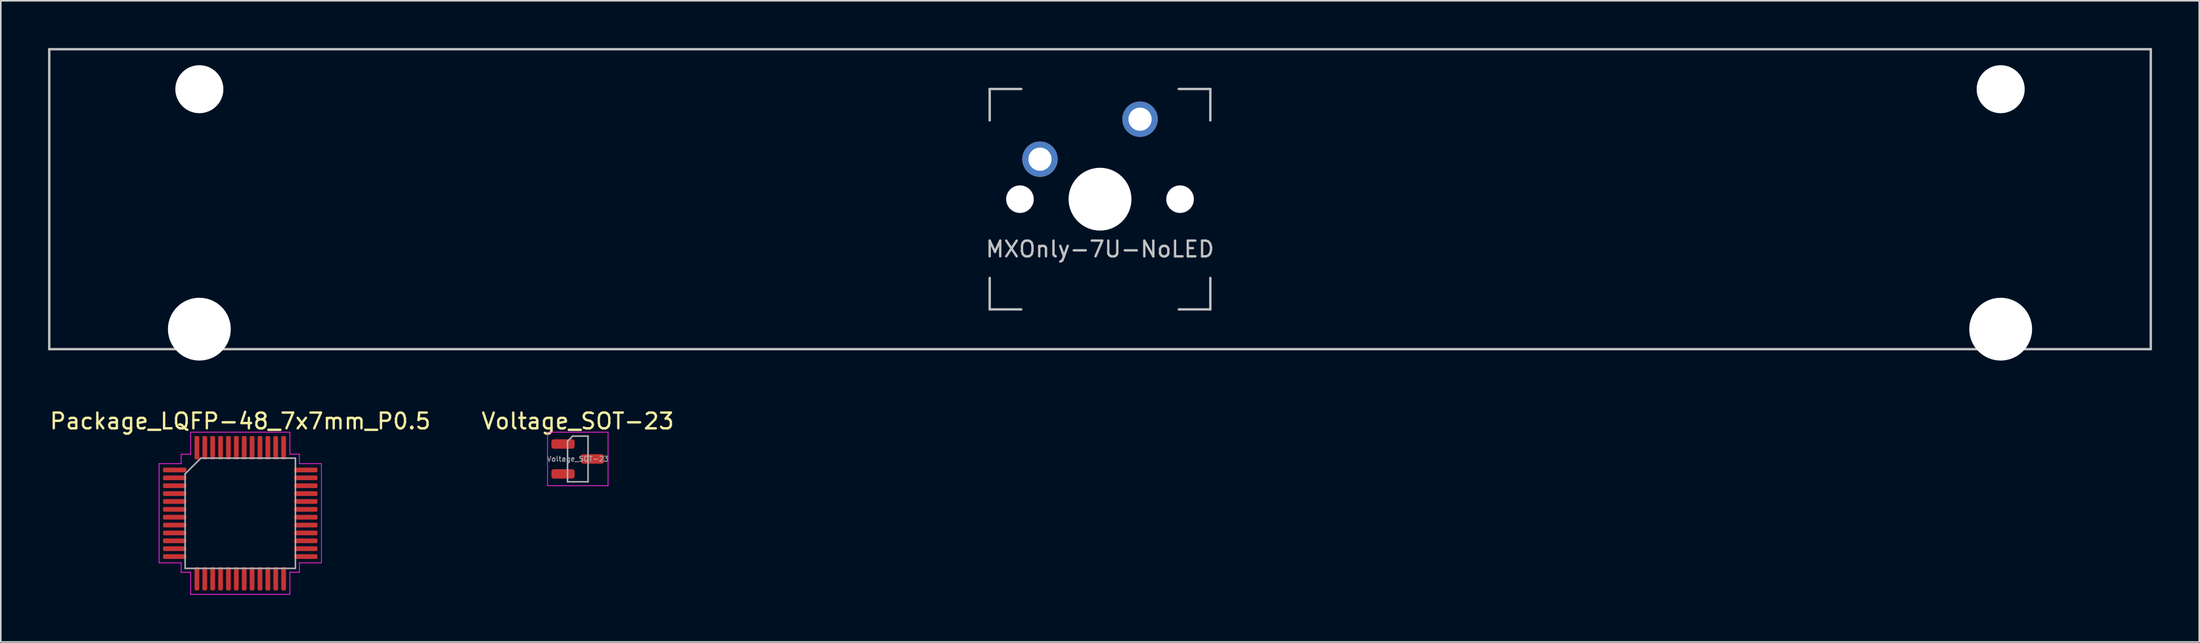
<source format=kicad_pcb>
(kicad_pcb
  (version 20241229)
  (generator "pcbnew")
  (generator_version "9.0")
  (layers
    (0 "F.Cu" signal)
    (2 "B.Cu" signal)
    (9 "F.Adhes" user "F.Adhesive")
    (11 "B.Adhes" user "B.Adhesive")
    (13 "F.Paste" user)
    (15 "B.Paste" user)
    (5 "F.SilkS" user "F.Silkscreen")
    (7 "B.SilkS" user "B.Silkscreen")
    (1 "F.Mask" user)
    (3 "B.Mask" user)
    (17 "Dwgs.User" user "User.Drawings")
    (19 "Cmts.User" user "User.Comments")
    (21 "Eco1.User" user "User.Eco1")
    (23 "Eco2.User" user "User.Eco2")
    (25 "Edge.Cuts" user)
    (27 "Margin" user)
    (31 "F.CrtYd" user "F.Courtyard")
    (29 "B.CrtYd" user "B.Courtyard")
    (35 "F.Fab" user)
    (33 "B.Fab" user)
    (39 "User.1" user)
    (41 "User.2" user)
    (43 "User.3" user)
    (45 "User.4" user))
  (footprint "Voltage_SOT-23"
    (layer "F.Cu")
    (at 33.613 26.097)
    (property "Reference" "Voltage_SOT-23" (at 0.000002 -2.4 0) (layer "F.SilkS") (effects (font (size 1 1) (thickness 0.15))))
    (attr smd)
    (fp_line (start -1.92 -1.7) (end 1.92 -1.7) (stroke (width 0.05) (type solid)) (layer "F.CrtYd"))
    (fp_line (start -1.92 1.7) (end -1.92 -1.7) (stroke (width 0.05) (type solid)) (layer "F.CrtYd"))
    (fp_line (start 1.92 -1.7) (end 1.92 1.7) (stroke (width 0.05) (type solid)) (layer "F.CrtYd"))
    (fp_line (start 1.92 1.7) (end -1.92 1.7) (stroke (width 0.05) (type solid)) (layer "F.CrtYd"))
    (fp_line (start -0.65 -1.125) (end -0.65 1.45) (stroke (width 0.1) (type solid)) (layer "F.Fab"))
    (fp_line (start -0.65 1.45) (end 0.65 1.45) (stroke (width 0.1) (type solid)) (layer "F.Fab"))
    (fp_line (start -0.325 -1.45) (end -0.65 -1.125) (stroke (width 0.1) (type solid)) (layer "F.Fab"))
    (fp_line (start 0.65 -1.45) (end -0.325 -1.45) (stroke (width 0.1) (type solid)) (layer "F.Fab"))
    (fp_line (start 0.65 1.45) (end 0.65 -1.45) (stroke (width 0.1) (type solid)) (layer "F.Fab"))
    (fp_text user "${REFERENCE}" (at 0 0 0) (layer "F.Fab") (effects (font (size 0.32 0.32) (thickness 0.05))))
    (pad "1" smd roundrect (at -0.938 -0.95) (size 1.475 0.6) (layers "F.Cu" "F.Mask" "F.Paste") (roundrect_rratio 0.25))
    (pad "2" smd roundrect (at -0.938 0.95) (size 1.475 0.6) (layers "F.Cu" "F.Mask" "F.Paste") (roundrect_rratio 0.25))
    (pad "3" smd roundrect (at 0.938 0) (size 1.475 0.6) (layers "F.Cu" "F.Mask" "F.Paste") (roundrect_rratio 0.25)))
  (footprint "MXOnly-7U-NoLED"
    (layer "F.Cu")
    (at 66.75 9.6)
    (property "Reference" "MXOnly-7U-NoLED" (at 0 3.175 0) (layer "Dwgs.User") (effects (font (size 1 1) (thickness 0.15))))
    (attr through_hole)
    (fp_line (start -66.675 -9.525) (end 66.675 -9.525) (stroke (width 0.15) (type solid)) (layer "Dwgs.User"))
    (fp_line (start -66.675 9.525) (end -66.675 -9.525) (stroke (width 0.15) (type solid)) (layer "Dwgs.User"))
    (fp_line (start -66.675 9.525) (end 66.675 9.525) (stroke (width 0.15) (type solid)) (layer "Dwgs.User"))
    (fp_line (start -7 -7) (end -7 -5) (stroke (width 0.15) (type solid)) (layer "Dwgs.User"))
    (fp_line (start -7 5) (end -7 7) (stroke (width 0.15) (type solid)) (layer "Dwgs.User"))
    (fp_line (start -7 7) (end -5 7) (stroke (width 0.15) (type solid)) (layer "Dwgs.User"))
    (fp_line (start -5 -7) (end -7 -7) (stroke (width 0.15) (type solid)) (layer "Dwgs.User"))
    (fp_line (start 5 -7) (end 7 -7) (stroke (width 0.15) (type solid)) (layer "Dwgs.User"))
    (fp_line (start 5 7) (end 7 7) (stroke (width 0.15) (type solid)) (layer "Dwgs.User"))
    (fp_line (start 7 -7) (end 7 -5) (stroke (width 0.15) (type solid)) (layer "Dwgs.User"))
    (fp_line (start 7 7) (end 7 5) (stroke (width 0.15) (type solid)) (layer "Dwgs.User"))
    (fp_line (start 66.675 -9.525) (end 66.675 9.525) (stroke (width 0.15) (type solid)) (layer "Dwgs.User"))
    (pad "" np_thru_hole circle (at -57.15 -6.985) (size 3.048 3.048) (drill 3.048) (layers "*.Cu" "*.Mask"))
    (pad "" np_thru_hole circle (at -57.15 8.255) (size 3.988 3.988) (drill 3.988) (layers "*.Cu" "*.Mask"))
    (pad "" np_thru_hole circle (at -5.08 0 48.1) (size 1.75 1.75) (drill 1.75) (layers "*.Cu" "*.Mask"))
    (pad "" np_thru_hole circle (at 0 0) (size 3.988 3.988) (drill 3.988) (layers "*.Cu" "*.Mask"))
    (pad "" np_thru_hole circle (at 5.08 0 48.1) (size 1.75 1.75) (drill 1.75) (layers "*.Cu" "*.Mask"))
    (pad "" np_thru_hole circle (at 57.15 -6.985) (size 3.048 3.048) (drill 3.048) (layers "*.Cu" "*.Mask"))
    (pad "" np_thru_hole circle (at 57.15 8.255) (size 3.988 3.988) (drill 3.988) (layers "*.Cu" "*.Mask"))
    (pad "1" thru_hole circle (at -3.81 -2.54) (size 2.25 2.25) (drill 1.47) (layers "*.Cu" "B.Mask"))
    (pad "2" thru_hole circle (at 2.54 -5.08) (size 2.25 2.25) (drill 1.47) (layers "*.Cu" "B.Mask")))
  (footprint "Package_LQFP-48_7x7mm_P0.5"
    (layer "F.Cu")
    (at 12.196 29.547)
    (property "Reference" "Package_LQFP-48_7x7mm_P0.5" (at 0.000003 -5.85 0) (layer "F.SilkS") (effects (font (size 1 1) (thickness 0.15))))
    (attr smd)
    (fp_line (start -5.15 -3.15) (end -3.75 -3.15) (stroke (width 0.05) (type solid)) (layer "F.CrtYd"))
    (fp_line (start -5.15 0) (end -5.15 -3.15) (stroke (width 0.05) (type solid)) (layer "F.CrtYd"))
    (fp_line (start -5.15 0) (end -5.15 3.15) (stroke (width 0.05) (type solid)) (layer "F.CrtYd"))
    (fp_line (start -5.15 3.15) (end -3.75 3.15) (stroke (width 0.05) (type solid)) (layer "F.CrtYd"))
    (fp_line (start -3.75 -3.75) (end -3.15 -3.75) (stroke (width 0.05) (type solid)) (layer "F.CrtYd"))
    (fp_line (start -3.75 -3.15) (end -3.75 -3.75) (stroke (width 0.05) (type solid)) (layer "F.CrtYd"))
    (fp_line (start -3.75 3.15) (end -3.75 3.75) (stroke (width 0.05) (type solid)) (layer "F.CrtYd"))
    (fp_line (start -3.75 3.75) (end -3.15 3.75) (stroke (width 0.05) (type solid)) (layer "F.CrtYd"))
    (fp_line (start -3.15 -5.15) (end 0 -5.15) (stroke (width 0.05) (type solid)) (layer "F.CrtYd"))
    (fp_line (start -3.15 -3.75) (end -3.15 -5.15) (stroke (width 0.05) (type solid)) (layer "F.CrtYd"))
    (fp_line (start -3.15 3.75) (end -3.15 5.15) (stroke (width 0.05) (type solid)) (layer "F.CrtYd"))
    (fp_line (start -3.15 5.15) (end 0 5.15) (stroke (width 0.05) (type solid)) (layer "F.CrtYd"))
    (fp_line (start 3.15 -5.15) (end 0 -5.15) (stroke (width 0.05) (type solid)) (layer "F.CrtYd"))
    (fp_line (start 3.15 -3.75) (end 3.15 -5.15) (stroke (width 0.05) (type solid)) (layer "F.CrtYd"))
    (fp_line (start 3.15 3.75) (end 3.15 5.15) (stroke (width 0.05) (type solid)) (layer "F.CrtYd"))
    (fp_line (start 3.15 5.15) (end 0 5.15) (stroke (width 0.05) (type solid)) (layer "F.CrtYd"))
    (fp_line (start 3.75 -3.75) (end 3.15 -3.75) (stroke (width 0.05) (type solid)) (layer "F.CrtYd"))
    (fp_line (start 3.75 -3.15) (end 3.75 -3.75) (stroke (width 0.05) (type solid)) (layer "F.CrtYd"))
    (fp_line (start 3.75 3.15) (end 3.75 3.75) (stroke (width 0.05) (type solid)) (layer "F.CrtYd"))
    (fp_line (start 3.75 3.75) (end 3.15 3.75) (stroke (width 0.05) (type solid)) (layer "F.CrtYd"))
    (fp_line (start 5.15 -3.15) (end 3.75 -3.15) (stroke (width 0.05) (type solid)) (layer "F.CrtYd"))
    (fp_line (start 5.15 0) (end 5.15 -3.15) (stroke (width 0.05) (type solid)) (layer "F.CrtYd"))
    (fp_line (start 5.15 0) (end 5.15 3.15) (stroke (width 0.05) (type solid)) (layer "F.CrtYd"))
    (fp_line (start 5.15 3.15) (end 3.75 3.15) (stroke (width 0.05) (type solid)) (layer "F.CrtYd"))
    (fp_line (start -3.5 -2.5) (end -3.5 3.5) (stroke (width 0.1) (type solid)) (layer "F.Fab"))
    (fp_line (start -3.5 3.5) (end 3.5 3.5) (stroke (width 0.1) (type solid)) (layer "F.Fab"))
    (fp_line (start -2.5 -3.5) (end -3.5 -2.5) (stroke (width 0.1) (type solid)) (layer "F.Fab"))
    (fp_line (start 3.5 -3.5) (end -2.5 -3.5) (stroke (width 0.1) (type solid)) (layer "F.Fab"))
    (fp_line (start 3.5 3.5) (end 3.5 -3.5) (stroke (width 0.1) (type solid)) (layer "F.Fab"))
    (pad "1" smd roundrect (at -4.162 -2.75) (size 1.475 0.3) (layers "F.Cu" "F.Mask" "F.Paste") (roundrect_rratio 0.25))
    (pad "2" smd roundrect (at -4.162 -2.25) (size 1.475 0.3) (layers "F.Cu" "F.Mask" "F.Paste") (roundrect_rratio 0.25))
    (pad "3" smd roundrect (at -4.162 -1.75) (size 1.475 0.3) (layers "F.Cu" "F.Mask" "F.Paste") (roundrect_rratio 0.25))
    (pad "4" smd roundrect (at -4.162 -1.25) (size 1.475 0.3) (layers "F.Cu" "F.Mask" "F.Paste") (roundrect_rratio 0.25))
    (pad "5" smd roundrect (at -4.162 -0.75) (size 1.475 0.3) (layers "F.Cu" "F.Mask" "F.Paste") (roundrect_rratio 0.25))
    (pad "6" smd roundrect (at -4.162 -0.25) (size 1.475 0.3) (layers "F.Cu" "F.Mask" "F.Paste") (roundrect_rratio 0.25))
    (pad "7" smd roundrect (at -4.162 0.25) (size 1.475 0.3) (layers "F.Cu" "F.Mask" "F.Paste") (roundrect_rratio 0.25))
    (pad "8" smd roundrect (at -4.162 0.75) (size 1.475 0.3) (layers "F.Cu" "F.Mask" "F.Paste") (roundrect_rratio 0.25))
    (pad "9" smd roundrect (at -4.162 1.25) (size 1.475 0.3) (layers "F.Cu" "F.Mask" "F.Paste") (roundrect_rratio 0.25))
    (pad "10" smd roundrect (at -4.162 1.75) (size 1.475 0.3) (layers "F.Cu" "F.Mask" "F.Paste") (roundrect_rratio 0.25))
    (pad "11" smd roundrect (at -4.162 2.25) (size 1.475 0.3) (layers "F.Cu" "F.Mask" "F.Paste") (roundrect_rratio 0.25))
    (pad "12" smd roundrect (at -4.162 2.75) (size 1.475 0.3) (layers "F.Cu" "F.Mask" "F.Paste") (roundrect_rratio 0.25))
    (pad "13" smd roundrect (at -2.75 4.162) (size 0.3 1.475) (layers "F.Cu" "F.Mask" "F.Paste") (roundrect_rratio 0.25))
    (pad "14" smd roundrect (at -2.25 4.162) (size 0.3 1.475) (layers "F.Cu" "F.Mask" "F.Paste") (roundrect_rratio 0.25))
    (pad "15" smd roundrect (at -1.75 4.162) (size 0.3 1.475) (layers "F.Cu" "F.Mask" "F.Paste") (roundrect_rratio 0.25))
    (pad "16" smd roundrect (at -1.25 4.162) (size 0.3 1.475) (layers "F.Cu" "F.Mask" "F.Paste") (roundrect_rratio 0.25))
    (pad "17" smd roundrect (at -0.75 4.162) (size 0.3 1.475) (layers "F.Cu" "F.Mask" "F.Paste") (roundrect_rratio 0.25))
    (pad "18" smd roundrect (at -0.25 4.162) (size 0.3 1.475) (layers "F.Cu" "F.Mask" "F.Paste") (roundrect_rratio 0.25))
    (pad "19" smd roundrect (at 0.25 4.162) (size 0.3 1.475) (layers "F.Cu" "F.Mask" "F.Paste") (roundrect_rratio 0.25))
    (pad "20" smd roundrect (at 0.75 4.162) (size 0.3 1.475) (layers "F.Cu" "F.Mask" "F.Paste") (roundrect_rratio 0.25))
    (pad "21" smd roundrect (at 1.25 4.162) (size 0.3 1.475) (layers "F.Cu" "F.Mask" "F.Paste") (roundrect_rratio 0.25))
    (pad "22" smd roundrect (at 1.75 4.162) (size 0.3 1.475) (layers "F.Cu" "F.Mask" "F.Paste") (roundrect_rratio 0.25))
    (pad "23" smd roundrect (at 2.25 4.162) (size 0.3 1.475) (layers "F.Cu" "F.Mask" "F.Paste") (roundrect_rratio 0.25))
    (pad "24" smd roundrect (at 2.75 4.162) (size 0.3 1.475) (layers "F.Cu" "F.Mask" "F.Paste") (roundrect_rratio 0.25))
    (pad "25" smd roundrect (at 4.162 2.75) (size 1.475 0.3) (layers "F.Cu" "F.Mask" "F.Paste") (roundrect_rratio 0.25))
    (pad "26" smd roundrect (at 4.162 2.25) (size 1.475 0.3) (layers "F.Cu" "F.Mask" "F.Paste") (roundrect_rratio 0.25))
    (pad "27" smd roundrect (at 4.162 1.75) (size 1.475 0.3) (layers "F.Cu" "F.Mask" "F.Paste") (roundrect_rratio 0.25))
    (pad "28" smd roundrect (at 4.162 1.25) (size 1.475 0.3) (layers "F.Cu" "F.Mask" "F.Paste") (roundrect_rratio 0.25))
    (pad "29" smd roundrect (at 4.162 0.75) (size 1.475 0.3) (layers "F.Cu" "F.Mask" "F.Paste") (roundrect_rratio 0.25))
    (pad "30" smd roundrect (at 4.162 0.25) (size 1.475 0.3) (layers "F.Cu" "F.Mask" "F.Paste") (roundrect_rratio 0.25))
    (pad "31" smd roundrect (at 4.162 -0.25) (size 1.475 0.3) (layers "F.Cu" "F.Mask" "F.Paste") (roundrect_rratio 0.25))
    (pad "32" smd roundrect (at 4.162 -0.75) (size 1.475 0.3) (layers "F.Cu" "F.Mask" "F.Paste") (roundrect_rratio 0.25))
    (pad "33" smd roundrect (at 4.162 -1.25) (size 1.475 0.3) (layers "F.Cu" "F.Mask" "F.Paste") (roundrect_rratio 0.25))
    (pad "34" smd roundrect (at 4.162 -1.75) (size 1.475 0.3) (layers "F.Cu" "F.Mask" "F.Paste") (roundrect_rratio 0.25))
    (pad "35" smd roundrect (at 4.162 -2.25) (size 1.475 0.3) (layers "F.Cu" "F.Mask" "F.Paste") (roundrect_rratio 0.25))
    (pad "36" smd roundrect (at 4.162 -2.75) (size 1.475 0.3) (layers "F.Cu" "F.Mask" "F.Paste") (roundrect_rratio 0.25))
    (pad "37" smd roundrect (at 2.75 -4.162) (size 0.3 1.475) (layers "F.Cu" "F.Mask" "F.Paste") (roundrect_rratio 0.25))
    (pad "38" smd roundrect (at 2.25 -4.162) (size 0.3 1.475) (layers "F.Cu" "F.Mask" "F.Paste") (roundrect_rratio 0.25))
    (pad "39" smd roundrect (at 1.75 -4.162) (size 0.3 1.475) (layers "F.Cu" "F.Mask" "F.Paste") (roundrect_rratio 0.25))
    (pad "40" smd roundrect (at 1.25 -4.162) (size 0.3 1.475) (layers "F.Cu" "F.Mask" "F.Paste") (roundrect_rratio 0.25))
    (pad "41" smd roundrect (at 0.75 -4.162) (size 0.3 1.475) (layers "F.Cu" "F.Mask" "F.Paste") (roundrect_rratio 0.25))
    (pad "42" smd roundrect (at 0.25 -4.162) (size 0.3 1.475) (layers "F.Cu" "F.Mask" "F.Paste") (roundrect_rratio 0.25))
    (pad "43" smd roundrect (at -0.25 -4.162) (size 0.3 1.475) (layers "F.Cu" "F.Mask" "F.Paste") (roundrect_rratio 0.25))
    (pad "44" smd roundrect (at -0.75 -4.162) (size 0.3 1.475) (layers "F.Cu" "F.Mask" "F.Paste") (roundrect_rratio 0.25))
    (pad "45" smd roundrect (at -1.25 -4.162) (size 0.3 1.475) (layers "F.Cu" "F.Mask" "F.Paste") (roundrect_rratio 0.25))
    (pad "46" smd roundrect (at -1.75 -4.162) (size 0.3 1.475) (layers "F.Cu" "F.Mask" "F.Paste") (roundrect_rratio 0.25))
    (pad "47" smd roundrect (at -2.25 -4.162) (size 0.3 1.475) (layers "F.Cu" "F.Mask" "F.Paste") (roundrect_rratio 0.25))
    (pad "48" smd roundrect (at -2.75 -4.162) (size 0.3 1.475) (layers "F.Cu" "F.Mask" "F.Paste") (roundrect_rratio 0.25)))
  (gr_rect
    (start -3 -3)
    (end 136.5 37.722)
    (stroke (width 0.1) (type default))
    (fill no)
    (layer "Edge.Cuts")))
</source>
